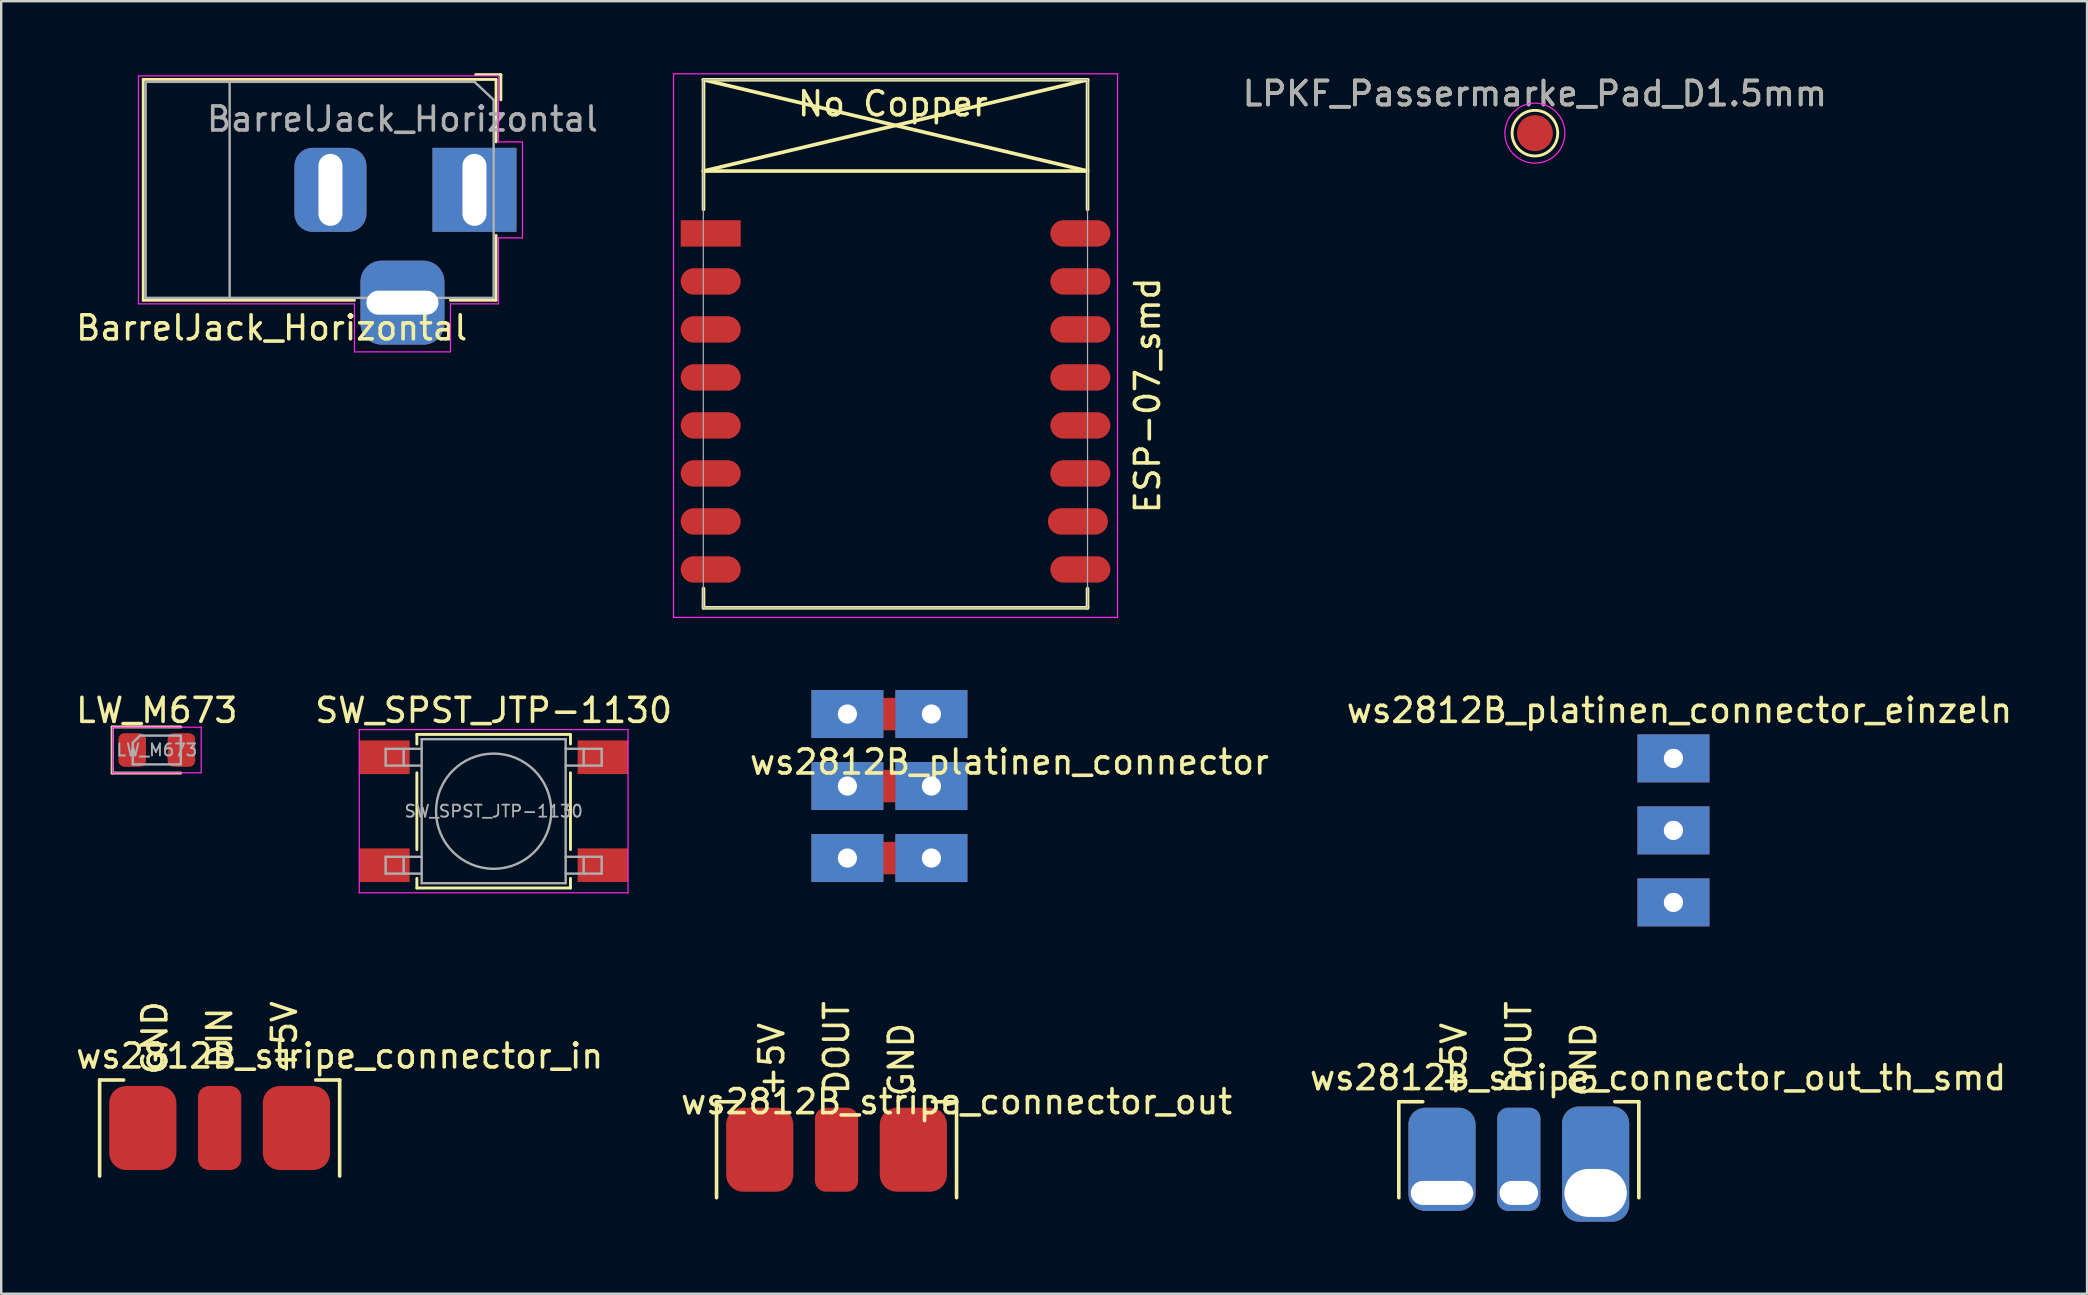
<source format=kicad_pcb>
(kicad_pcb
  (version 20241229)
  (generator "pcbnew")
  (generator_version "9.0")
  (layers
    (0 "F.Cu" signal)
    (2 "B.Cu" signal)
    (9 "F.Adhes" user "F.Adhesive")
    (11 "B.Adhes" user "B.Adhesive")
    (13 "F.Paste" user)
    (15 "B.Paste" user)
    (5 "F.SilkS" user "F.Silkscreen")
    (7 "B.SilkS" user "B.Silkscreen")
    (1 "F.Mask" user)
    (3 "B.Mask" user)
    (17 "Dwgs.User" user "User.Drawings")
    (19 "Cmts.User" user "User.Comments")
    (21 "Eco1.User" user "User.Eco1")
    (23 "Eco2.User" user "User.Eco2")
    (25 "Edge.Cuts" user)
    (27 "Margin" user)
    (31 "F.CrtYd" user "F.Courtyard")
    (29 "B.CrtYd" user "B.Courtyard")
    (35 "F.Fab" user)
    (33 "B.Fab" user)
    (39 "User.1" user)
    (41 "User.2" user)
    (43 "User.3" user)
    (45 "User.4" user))
  (footprint "SW_SPST_JTP-1130"
    (layer "F.Cu")
    (at 17.518 30.748)
    (property "Reference" "SW_SPST_JTP-1130" (at 0 -4.2 0) (layer "F.SilkS") (effects (font (size 1 1) (thickness 0.15))))
    (attr smd)
    (fp_line (start -3.2 -3.2) (end -3.2 -2.8) (stroke (width 0.12) (type solid)) (layer "F.SilkS"))
    (fp_line (start -3.2 -3.2) (end 3.2 -3.2) (stroke (width 0.12) (type solid)) (layer "F.SilkS"))
    (fp_line (start -3.2 1.6) (end -3.2 -1.6) (stroke (width 0.12) (type solid)) (layer "F.SilkS"))
    (fp_line (start -3.2 3.2) (end -3.2 2.8) (stroke (width 0.12) (type solid)) (layer "F.SilkS"))
    (fp_line (start -3.2 3.2) (end 3.2 3.2) (stroke (width 0.12) (type solid)) (layer "F.SilkS"))
    (fp_line (start 3.2 -3.2) (end 3.2 -2.8) (stroke (width 0.12) (type solid)) (layer "F.SilkS"))
    (fp_line (start 3.2 1.6) (end 3.2 -1.6) (stroke (width 0.12) (type solid)) (layer "F.SilkS"))
    (fp_line (start 3.2 3.2) (end 3.2 2.8) (stroke (width 0.12) (type solid)) (layer "F.SilkS"))
    (fp_line (start -5.6 -3.4) (end 5.6 -3.4) (stroke (width 0.05) (type solid)) (layer "F.CrtYd"))
    (fp_line (start -5.6 3.4) (end -5.6 -3.4) (stroke (width 0.05) (type solid)) (layer "F.CrtYd"))
    (fp_line (start 5.6 -3.4) (end 5.6 3.4) (stroke (width 0.05) (type solid)) (layer "F.CrtYd"))
    (fp_line (start 5.6 3.4) (end -5.6 3.4) (stroke (width 0.05) (type solid)) (layer "F.CrtYd"))
    (fp_line (start -4.5 -2.6) (end -4.5 -1.9) (stroke (width 0.1) (type solid)) (layer "F.Fab"))
    (fp_line (start -4.5 -1.9) (end -3 -1.9) (stroke (width 0.1) (type solid)) (layer "F.Fab"))
    (fp_line (start -4.5 1.9) (end -4.5 2.6) (stroke (width 0.1) (type solid)) (layer "F.Fab"))
    (fp_line (start -4.5 2.6) (end -3 2.6) (stroke (width 0.1) (type solid)) (layer "F.Fab"))
    (fp_line (start -3.75 -2.6) (end -3.75 -1.9) (stroke (width 0.1) (type solid)) (layer "F.Fab"))
    (fp_line (start -3.75 1.9) (end -3.75 2.6) (stroke (width 0.1) (type solid)) (layer "F.Fab"))
    (fp_line (start -3 -3) (end 3 -3) (stroke (width 0.1) (type solid)) (layer "F.Fab"))
    (fp_line (start -3 -2.6) (end -4.5 -2.6) (stroke (width 0.1) (type solid)) (layer "F.Fab"))
    (fp_line (start -3 1.9) (end -4.5 1.9) (stroke (width 0.1) (type solid)) (layer "F.Fab"))
    (fp_line (start -3 3) (end -3 -3) (stroke (width 0.1) (type solid)) (layer "F.Fab"))
    (fp_line (start 3 -3) (end 3 3) (stroke (width 0.1) (type solid)) (layer "F.Fab"))
    (fp_line (start 3 -1.9) (end 4.5 -1.9) (stroke (width 0.1) (type solid)) (layer "F.Fab"))
    (fp_line (start 3 1.9) (end 4.5 1.9) (stroke (width 0.1) (type solid)) (layer "F.Fab"))
    (fp_line (start 3 3) (end -3 3) (stroke (width 0.1) (type solid)) (layer "F.Fab"))
    (fp_line (start 3.75 -2.6) (end 3.75 -1.9) (stroke (width 0.1) (type solid)) (layer "F.Fab"))
    (fp_line (start 3.75 1.9) (end 3.75 2.6) (stroke (width 0.1) (type solid)) (layer "F.Fab"))
    (fp_line (start 4.5 -2.6) (end 3 -2.6) (stroke (width 0.1) (type solid)) (layer "F.Fab"))
    (fp_line (start 4.5 -1.9) (end 4.5 -2.6) (stroke (width 0.1) (type solid)) (layer "F.Fab"))
    (fp_line (start 4.5 1.9) (end 4.5 2.6) (stroke (width 0.1) (type solid)) (layer "F.Fab"))
    (fp_line (start 4.5 2.6) (end 3 2.6) (stroke (width 0.1) (type solid)) (layer "F.Fab"))
    (fp_circle (center 0 0) (end 2.4 0) (stroke (width 0.1) (type solid)) (fill no) (layer "F.Fab"))
    (fp_text user "${REFERENCE}" (at 0 0 0) (layer "F.Fab") (effects (font (size 0.5 0.5) (thickness 0.075))))
    (pad "1" smd rect (at -4.55 -2.25) (size 2.1 1.4) (layers "F.Cu" "F.Mask" "F.Paste"))
    (pad "1" smd rect (at 4.55 -2.25) (size 2.1 1.4) (layers "F.Cu" "F.Mask" "F.Paste"))
    (pad "2" smd rect (at -4.55 2.25) (size 2.1 1.4) (layers "F.Cu" "F.Mask" "F.Paste"))
    (pad "2" smd rect (at 4.55 2.25) (size 2.1 1.4) (layers "F.Cu" "F.Mask" "F.Paste")))
  (footprint "LPKF_Passermarke_Pad_D1.5mm"
    (layer "F.Cu")
    (at 60.901 2.498)
    (property "Reference" "LPKF_Passermarke_Pad_D1.5mm" (at 0 -1.648 0) (layer "F.SilkS") (effects (font (size 1 1) (thickness 0.15))))
    (attr exclude_from_pos_files exclude_from_bom)
    (fp_circle (center 0 0) (end 0 0.95) (stroke (width 0.12) (type solid)) (fill no) (layer "F.SilkS"))
    (fp_circle (center 0 0) (end 1.25 0) (stroke (width 0.05) (type solid)) (fill no) (layer "F.CrtYd"))
    (fp_text user "${REFERENCE}" (at 0 -1.65 0) (layer "F.Fab") (effects (font (size 1 1) (thickness 0.15))))
    (pad "1" smd circle (at 0 0) (size 1.5 1.5) (layers "F.Cu" "F.Mask" "Eco1.User")))
  (footprint "ESP-07_smd"
    (layer "F.Cu")
    (at 27.261 6.675)
    (property "Reference" "ESP-07_smd" (at 17.5 6.75 90) (layer "F.SilkS") (effects (font (size 1 1) (thickness 0.15))))
    (attr smd)
    (fp_line (start -1.008 -2.6) (end 14.992 -2.6) (stroke (width 0.152) (type solid)) (layer "F.SilkS"))
    (fp_line (start -1 -6.4) (end -1 -1) (stroke (width 0.152) (type solid)) (layer "F.SilkS"))
    (fp_line (start -1 -6.4) (end 15 -6.4) (stroke (width 0.152) (type solid)) (layer "F.SilkS"))
    (fp_line (start -1 -6.4) (end 15 -2.6) (stroke (width 0.152) (type solid)) (layer "F.SilkS"))
    (fp_line (start -1 14.8) (end -1 15.6) (stroke (width 0.152) (type solid)) (layer "F.SilkS"))
    (fp_line (start -1 15.6) (end 15 15.6) (stroke (width 0.152) (type solid)) (layer "F.SilkS"))
    (fp_line (start 15 -6.4) (end -1 -2.6) (stroke (width 0.152) (type solid)) (layer "F.SilkS"))
    (fp_line (start 15 -6.4) (end 15 -1) (stroke (width 0.152) (type solid)) (layer "F.SilkS"))
    (fp_line (start 15 15.6) (end 15 14.8) (stroke (width 0.152) (type solid)) (layer "F.SilkS"))
    (fp_line (start -2.25 -6.65) (end 16.25 -6.65) (stroke (width 0.05) (type solid)) (layer "F.CrtYd"))
    (fp_line (start -2.25 -0.5) (end -2.25 -6.65) (stroke (width 0.05) (type solid)) (layer "F.CrtYd"))
    (fp_line (start -2.25 16) (end -2.25 -0.5) (stroke (width 0.05) (type solid)) (layer "F.CrtYd"))
    (fp_line (start 16.25 -6.65) (end 16.25 16) (stroke (width 0.05) (type solid)) (layer "F.CrtYd"))
    (fp_line (start 16.25 16) (end -2.25 16) (stroke (width 0.05) (type solid)) (layer "F.CrtYd"))
    (fp_line (start -1.008 15.6) (end -1.008 -6.4) (stroke (width 0.05) (type solid)) (layer "F.Fab"))
    (fp_line (start -1 -6.4) (end 15 -6.4) (stroke (width 0.05) (type solid)) (layer "F.Fab"))
    (fp_line (start 15 -6.4) (end 15 15.6) (stroke (width 0.05) (type solid)) (layer "F.Fab"))
    (fp_line (start 15 15.6) (end -1 15.6) (stroke (width 0.05) (type solid)) (layer "F.Fab"))
    (fp_text user "No Copper" (at 6.892 -5.4 0) (layer "F.SilkS") (effects (font (size 1 1) (thickness 0.15))))
    (pad "1" smd rect (at 0 0) (size 2.5 1.1) (drill (offset -0.7 0)) (layers "F.Cu" "F.Mask" "F.Paste"))
    (pad "2" smd oval (at 0 2) (size 2.5 1.1) (drill (offset -0.7 0)) (layers "F.Cu" "F.Mask" "F.Paste"))
    (pad "3" smd oval (at 0 4) (size 2.5 1.1) (drill (offset -0.7 0)) (layers "F.Cu" "F.Mask" "F.Paste"))
    (pad "4" smd oval (at 0 6) (size 2.5 1.1) (drill (offset -0.7 0)) (layers "F.Cu" "F.Mask" "F.Paste"))
    (pad "5" smd oval (at 0 8) (size 2.5 1.1) (drill (offset -0.7 0)) (layers "F.Cu" "F.Mask" "F.Paste"))
    (pad "6" smd oval (at 0 10) (size 2.5 1.1) (drill (offset -0.7 0)) (layers "F.Cu" "F.Mask" "F.Paste"))
    (pad "7" smd oval (at 0 12) (size 2.5 1.1) (drill (offset -0.7 0)) (layers "F.Cu" "F.Mask" "F.Paste"))
    (pad "8" smd oval (at 0 14) (size 2.5 1.1) (drill (offset -0.7 0)) (layers "F.Cu" "F.Mask" "F.Paste"))
    (pad "9" smd oval (at 14 14) (size 2.5 1.1) (drill (offset 0.7 0)) (layers "F.Cu" "F.Mask" "F.Paste"))
    (pad "10" smd oval (at 14 12) (size 2.5 1.1) (drill (offset 0.6 0)) (layers "F.Cu" "F.Mask" "F.Paste"))
    (pad "11" smd oval (at 14 10) (size 2.5 1.1) (drill (offset 0.7 0)) (layers "F.Cu" "F.Mask" "F.Paste"))
    (pad "12" smd oval (at 14 8) (size 2.5 1.1) (drill (offset 0.7 0)) (layers "F.Cu" "F.Mask" "F.Paste"))
    (pad "13" smd oval (at 14 6) (size 2.5 1.1) (drill (offset 0.7 0)) (layers "F.Cu" "F.Mask" "F.Paste"))
    (pad "14" smd oval (at 14 4) (size 2.5 1.1) (drill (offset 0.7 0)) (layers "F.Cu" "F.Mask" "F.Paste"))
    (pad "15" smd oval (at 14 2) (size 2.5 1.1) (drill (offset 0.7 0)) (layers "F.Cu" "F.Mask" "F.Paste"))
    (pad "16" smd oval (at 14 0) (size 2.5 1.1) (drill (offset 0.7 0)) (layers "F.Cu" "F.Mask" "F.Paste")))
  (footprint "LW_M673"
    (layer "F.Cu")
    (at 3.482 28.198)
    (property "Reference" "LW_M673" (at 0 -1.65 0) (layer "F.SilkS") (effects (font (size 1 1) (thickness 0.15))))
    (attr smd)
    (fp_line (start -1.86 -0.96) (end -1.86 0.96) (stroke (width 0.12) (type solid)) (layer "F.SilkS"))
    (fp_line (start -1.86 0.96) (end 1 0.96) (stroke (width 0.12) (type solid)) (layer "F.SilkS"))
    (fp_line (start 1 -0.96) (end -1.86 -0.96) (stroke (width 0.12) (type solid)) (layer "F.SilkS"))
    (fp_line (start -1.85 -0.95) (end 1.85 -0.95) (stroke (width 0.05) (type solid)) (layer "F.CrtYd"))
    (fp_line (start -1.85 0.95) (end -1.85 -0.95) (stroke (width 0.05) (type solid)) (layer "F.CrtYd"))
    (fp_line (start 1.85 -0.95) (end 1.85 0.95) (stroke (width 0.05) (type solid)) (layer "F.CrtYd"))
    (fp_line (start 1.85 0.95) (end -1.85 0.95) (stroke (width 0.05) (type solid)) (layer "F.CrtYd"))
    (fp_line (start -1 -0.3) (end -1 0.6) (stroke (width 0.1) (type solid)) (layer "F.Fab"))
    (fp_line (start -1 0.6) (end 1 0.6) (stroke (width 0.1) (type solid)) (layer "F.Fab"))
    (fp_line (start -0.7 -0.6) (end -1 -0.3) (stroke (width 0.1) (type solid)) (layer "F.Fab"))
    (fp_line (start 1 -0.6) (end -0.7 -0.6) (stroke (width 0.1) (type solid)) (layer "F.Fab"))
    (fp_line (start 1 0.6) (end 1 -0.6) (stroke (width 0.1) (type solid)) (layer "F.Fab"))
    (fp_text user "${REFERENCE}" (at 0 0 0) (layer "F.Fab") (effects (font (size 0.5 0.5) (thickness 0.08))))
    (pad "1" smd roundrect (at -1.025 0) (size 1.15 1.4) (layers "F.Cu" "F.Mask" "F.Paste") (roundrect_rratio 0.217))
    (pad "2" smd roundrect (at 1.025 0) (size 1.15 1.4) (layers "F.Cu" "F.Mask" "F.Paste") (roundrect_rratio 0.217)))
  (footprint "ws2812B_platinen_connector_einzeln"
    (layer "F.Cu")
    (at 64.923 31.548)
    (property "Reference" "ws2812B_platinen_connector_einzeln" (at 2 -5 0) (layer "F.SilkS") (effects (font (size 1 1) (thickness 0.15))))
    (attr through_hole)
    (pad "1" thru_hole rect (at 1.75 -3) (size 3 2) (drill 0.8) (layers "*.Cu" "*.Mask"))
    (pad "2" thru_hole rect (at 1.75 0) (size 3 2) (drill 0.8) (layers "*.Cu" "*.Mask"))
    (pad "3" thru_hole rect (at 1.75 3) (size 3 2) (drill 0.8) (layers "*.Cu" "*.Mask")))
  (footprint "ws2812B_stripe_connector_out_th_smd"
    (layer "F.Cu")
    (at 60.23 44.852)
    (property "Reference" "ws2812B_stripe_connector_out_th_smd" (at 5.8 -3 0) (layer "F.SilkS") (effects (font (size 1 1) (thickness 0.15))))
    (attr through_hole)
    (fp_line (start -5 -2) (end -4 -2) (stroke (width 0.15) (type solid)) (layer "F.SilkS"))
    (fp_line (start -5 2) (end -5 -2) (stroke (width 0.15) (type solid)) (layer "F.SilkS"))
    (fp_line (start 4 -2) (end 5 -2) (stroke (width 0.15) (type solid)) (layer "F.SilkS"))
    (fp_line (start 5 -2) (end 5 2) (stroke (width 0.15) (type solid)) (layer "F.SilkS"))
    (fp_text user "+5V" (at -2.7 -3.75 90) (layer "F.SilkS") (effects (font (size 1 1) (thickness 0.15))))
    (fp_text user "GND" (at 2.7 -3.75 270) (layer "F.SilkS") (effects (font (size 1 1) (thickness 0.15))))
    (fp_text user "DOUT" (at 0 -4.25 90) (layer "F.SilkS") (effects (font (size 1 1) (thickness 0.15))))
    (pad "1" thru_hole roundrect (at -3.2 1.8 180) (size 2.8 4.3) (drill oval 2.6 1 (offset 0 1.4)) (layers "*.Cu" "*.Mask") (roundrect_rratio 0.25))
    (pad "2" thru_hole roundrect (at 0 1.8 180) (size 1.8 4.3) (drill oval 1.6 1 (offset 0 1.4)) (layers "*.Cu" "*.Mask") (roundrect_rratio 0.25))
    (pad "3" thru_hole roundrect (at 3.2 1.8 180) (size 2.8 4.8) (drill oval 2.6 2 (offset 0 1.2)) (layers "*.Cu" "*.Mask") (roundrect_rratio 0.25)))
  (footprint "ws2812B_stripe_connector_out"
    (layer "F.Cu")
    (at 31.804 44.852)
    (property "Reference" "ws2812B_stripe_connector_out" (at 5 -2 0) (layer "F.SilkS") (effects (font (size 1 1) (thickness 0.15))))
    (attr through_hole)
    (fp_line (start -5 -2) (end -4 -2) (stroke (width 0.15) (type solid)) (layer "F.SilkS"))
    (fp_line (start -5 2) (end -5 -2) (stroke (width 0.15) (type solid)) (layer "F.SilkS"))
    (fp_line (start 4 -2) (end 5 -2) (stroke (width 0.15) (type solid)) (layer "F.SilkS"))
    (fp_line (start 5 -2) (end 5 2) (stroke (width 0.15) (type solid)) (layer "F.SilkS"))
    (fp_text user "DOUT" (at 0 -4.25 90) (layer "F.SilkS") (effects (font (size 1 1) (thickness 0.15))))
    (fp_text user "GND" (at 2.7 -3.75 270) (layer "F.SilkS") (effects (font (size 1 1) (thickness 0.15))))
    (fp_text user "+5V" (at -2.7 -3.75 90) (layer "F.SilkS") (effects (font (size 1 1) (thickness 0.15))))
    (pad "1" smd roundrect (at -3.2 0) (size 2.8 3.5) (layers "F.Cu" "F.Mask") (roundrect_rratio 0.25))
    (pad "2" smd roundrect (at 0 0 180) (size 1.8 3.5) (layers "F.Cu" "F.Mask") (roundrect_rratio 0.25))
    (pad "3" smd roundrect (at 3.2 0 180) (size 2.8 3.5) (layers "F.Cu" "F.Mask") (roundrect_rratio 0.25)))
  (footprint "BarrelJack_Horizontal"
    (layer "F.Cu")
    (at 16.718 4.86)
    (property "Reference" "BarrelJack_Horizontal" (at -8.45 5.75 0) (layer "F.SilkS") (effects (font (size 1 1) (thickness 0.15))))
    (attr through_hole)
    (fp_line (start -13.8 -4.6) (end 0.9 -4.6) (stroke (width 0.12) (type solid)) (layer "F.SilkS"))
    (fp_line (start -13.8 4.6) (end -13.8 -4.6) (stroke (width 0.12) (type solid)) (layer "F.SilkS"))
    (fp_line (start -5 4.6) (end -13.8 4.6) (stroke (width 0.12) (type solid)) (layer "F.SilkS"))
    (fp_line (start 0.05 -4.8) (end 1.1 -4.8) (stroke (width 0.12) (type solid)) (layer "F.SilkS"))
    (fp_line (start 0.9 -4.6) (end 0.9 -2) (stroke (width 0.12) (type solid)) (layer "F.SilkS"))
    (fp_line (start 0.9 1.9) (end 0.9 4.6) (stroke (width 0.12) (type solid)) (layer "F.SilkS"))
    (fp_line (start 0.9 4.6) (end -1 4.6) (stroke (width 0.12) (type solid)) (layer "F.SilkS"))
    (fp_line (start 1.1 -3.75) (end 1.1 -4.8) (stroke (width 0.12) (type solid)) (layer "F.SilkS"))
    (fp_line (start -14 4.75) (end -14 -4.75) (stroke (width 0.05) (type solid)) (layer "F.CrtYd"))
    (fp_line (start -5 4.75) (end -14 4.75) (stroke (width 0.05) (type solid)) (layer "F.CrtYd"))
    (fp_line (start -5 6.75) (end -5 4.75) (stroke (width 0.05) (type solid)) (layer "F.CrtYd"))
    (fp_line (start -1 4.75) (end -1 6.75) (stroke (width 0.05) (type solid)) (layer "F.CrtYd"))
    (fp_line (start -1 6.75) (end -5 6.75) (stroke (width 0.05) (type solid)) (layer "F.CrtYd"))
    (fp_line (start 1 -4.75) (end -14 -4.75) (stroke (width 0.05) (type solid)) (layer "F.CrtYd"))
    (fp_line (start 1 -4.5) (end 1 -4.75) (stroke (width 0.05) (type solid)) (layer "F.CrtYd"))
    (fp_line (start 1 -4.5) (end 1 -2) (stroke (width 0.05) (type solid)) (layer "F.CrtYd"))
    (fp_line (start 1 -2) (end 2 -2) (stroke (width 0.05) (type solid)) (layer "F.CrtYd"))
    (fp_line (start 1 2) (end 1 4.75) (stroke (width 0.05) (type solid)) (layer "F.CrtYd"))
    (fp_line (start 1 4.75) (end -1 4.75) (stroke (width 0.05) (type solid)) (layer "F.CrtYd"))
    (fp_line (start 2 -2) (end 2 2) (stroke (width 0.05) (type solid)) (layer "F.CrtYd"))
    (fp_line (start 2 2) (end 1 2) (stroke (width 0.05) (type solid)) (layer "F.CrtYd"))
    (fp_line (start -13.7 -4.5) (end -13.7 4.5) (stroke (width 0.1) (type solid)) (layer "F.Fab"))
    (fp_line (start -13.7 4.5) (end 0.8 4.5) (stroke (width 0.1) (type solid)) (layer "F.Fab"))
    (fp_line (start -10.2 -4.5) (end -10.2 4.5) (stroke (width 0.1) (type solid)) (layer "F.Fab"))
    (fp_line (start -0.003 -4.505) (end 0.8 -3.75) (stroke (width 0.1) (type solid)) (layer "F.Fab"))
    (fp_line (start 0 -4.5) (end -13.7 -4.5) (stroke (width 0.1) (type solid)) (layer "F.Fab"))
    (fp_line (start 0.8 4.5) (end 0.8 -3.75) (stroke (width 0.1) (type solid)) (layer "F.Fab"))
    (fp_text user "${REFERENCE}" (at -3 -2.95 0) (layer "F.Fab") (effects (font (size 1 1) (thickness 0.15))))
    (pad "1" thru_hole rect (at 0 0) (size 3.5 3.5) (drill oval 1 3) (layers "*.Cu" "*.Mask"))
    (pad "2" thru_hole roundrect (at -6 0) (size 3 3.5) (drill oval 1 3) (layers "*.Cu" "*.Mask") (roundrect_rratio 0.25))
    (pad "3" thru_hole roundrect (at -3 4.7) (size 3.5 3.5) (drill oval 3 1) (layers "*.Cu" "*.Mask") (roundrect_rratio 0.25)))
  (footprint "ws2812B_platinen_connector"
    (layer "F.Cu")
    (at 34.006 29.7)
    (property "Reference" "ws2812B_platinen_connector" (at 5 -1 0) (layer "F.SilkS") (effects (font (size 1 1) (thickness 0.15))))
    (attr through_hole)
    (fp_poly (pts (xy -0.4 -3.6) (xy -0.4 -2.4) (xy 0.4 -2.4) (xy 0.4 -3.6)) (stroke (width 0.15) (type solid)) (fill yes) (layer "F.Cu"))
    (fp_poly (pts (xy -0.4 -0.6) (xy -0.4 0.6) (xy 0.4 0.6) (xy 0.4 -0.6)) (stroke (width 0.15) (type solid)) (fill yes) (layer "F.Cu"))
    (fp_poly (pts (xy -0.4 2.4) (xy -0.4 3.6) (xy 0.4 3.6) (xy 0.4 2.4)) (stroke (width 0.15) (type solid)) (fill yes) (layer "F.Cu"))
    (pad "1" thru_hole rect (at -1.75 -3) (size 3 2) (drill 0.8) (layers "*.Cu" "*.Mask"))
    (pad "2" thru_hole rect (at 1.75 -3) (size 3 2) (drill 0.8) (layers "*.Cu" "*.Mask"))
    (pad "3" thru_hole rect (at -1.75 0) (size 3 2) (drill 0.8) (layers "*.Cu" "*.Mask"))
    (pad "4" thru_hole rect (at 1.75 0) (size 3 2) (drill 0.8) (layers "*.Cu" "*.Mask"))
    (pad "5" thru_hole rect (at -1.75 3) (size 3 2) (drill 0.8) (layers "*.Cu" "*.Mask"))
    (pad "6" thru_hole rect (at 1.75 3) (size 3 2) (drill 0.8) (layers "*.Cu" "*.Mask")))
  (footprint "ws2812B_stripe_connector_in"
    (layer "F.Cu")
    (at 6.101 43.947)
    (property "Reference" "ws2812B_stripe_connector_in" (at 5 -3 0) (layer "F.SilkS") (effects (font (size 1 1) (thickness 0.15))))
    (attr through_hole)
    (fp_line (start -5 -2) (end -4 -2) (stroke (width 0.15) (type solid)) (layer "F.SilkS"))
    (fp_line (start -5 2) (end -5 -2) (stroke (width 0.15) (type solid)) (layer "F.SilkS"))
    (fp_line (start 4 -2) (end 5 -2) (stroke (width 0.15) (type solid)) (layer "F.SilkS"))
    (fp_line (start 5 -2) (end 5 2) (stroke (width 0.15) (type solid)) (layer "F.SilkS"))
    (fp_text user "DIN" (at 0 -3.75 90) (layer "F.SilkS") (effects (font (size 1 1) (thickness 0.15))))
    (fp_text user "GND" (at -2.7 -3.75 90) (layer "F.SilkS") (effects (font (size 1 1) (thickness 0.15))))
    (fp_text user "+5V" (at 2.7 -3.75 90) (layer "F.SilkS") (effects (font (size 1 1) (thickness 0.15))))
    (pad "1" smd roundrect (at 3.2 0) (size 2.8 3.5) (layers "F.Cu" "F.Mask") (roundrect_rratio 0.25))
    (pad "2" smd roundrect (at 0 0 180) (size 1.8 3.5) (layers "F.Cu" "F.Mask") (roundrect_rratio 0.25))
    (pad "3" smd roundrect (at -3.2 0) (size 2.8 3.5) (layers "F.Cu" "F.Mask") (roundrect_rratio 0.25)))
  (gr_rect
    (start -3 -3)
    (end 83.905 50.852)
    (stroke (width 0.1) (type default))
    (fill no)
    (layer "Edge.Cuts")))
</source>
